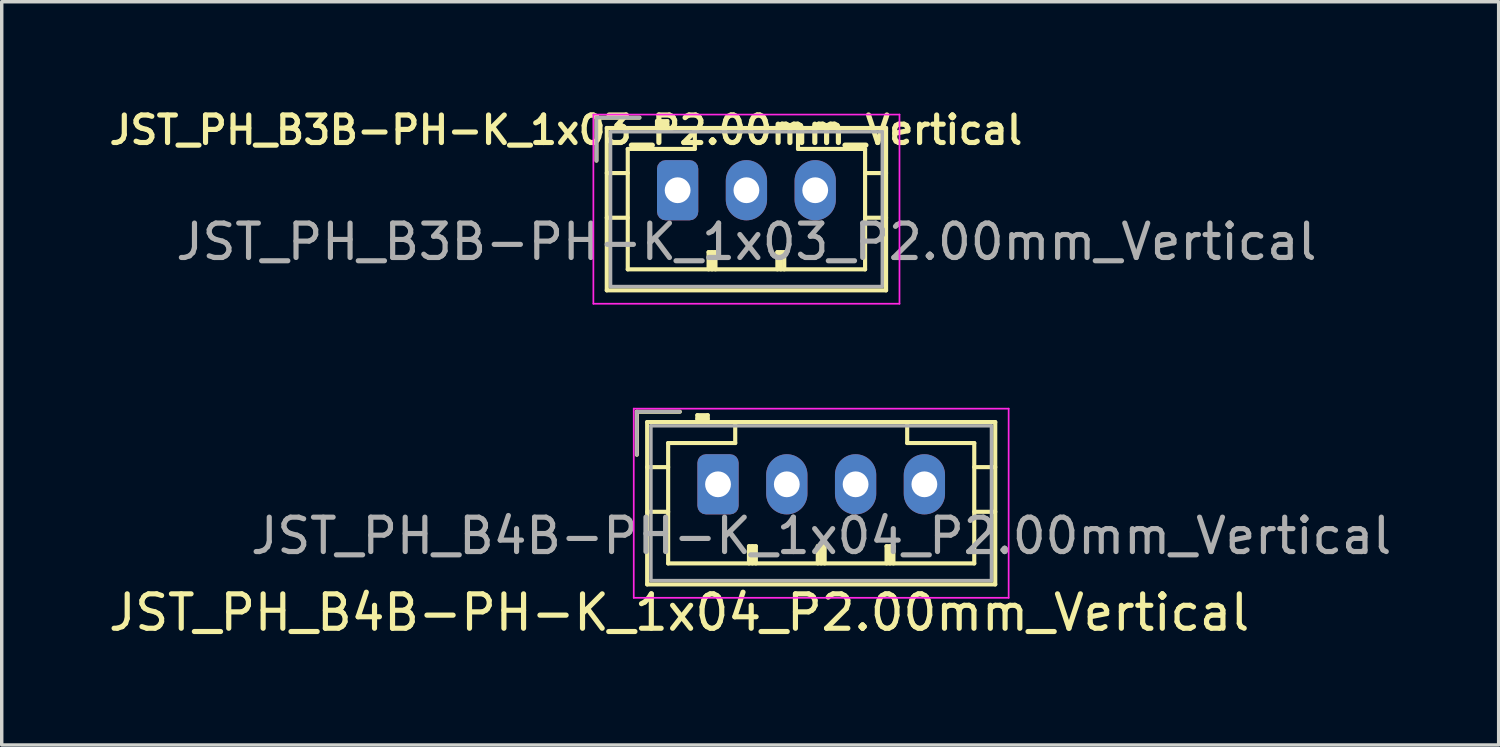
<source format=kicad_pcb>
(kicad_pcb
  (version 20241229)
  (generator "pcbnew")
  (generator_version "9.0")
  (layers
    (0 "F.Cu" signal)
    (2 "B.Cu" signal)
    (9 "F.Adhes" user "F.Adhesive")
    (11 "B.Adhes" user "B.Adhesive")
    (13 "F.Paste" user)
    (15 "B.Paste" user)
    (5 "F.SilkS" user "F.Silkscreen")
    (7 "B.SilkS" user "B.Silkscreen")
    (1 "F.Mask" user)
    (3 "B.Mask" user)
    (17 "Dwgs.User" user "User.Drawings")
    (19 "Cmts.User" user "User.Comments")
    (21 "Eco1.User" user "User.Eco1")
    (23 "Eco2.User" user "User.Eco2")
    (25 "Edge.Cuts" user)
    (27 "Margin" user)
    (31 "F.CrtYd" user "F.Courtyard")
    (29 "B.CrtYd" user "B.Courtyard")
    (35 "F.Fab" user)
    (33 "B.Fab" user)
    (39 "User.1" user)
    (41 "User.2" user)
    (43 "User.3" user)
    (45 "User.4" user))
  (footprint "JST_PH_B4B-PH-K_1x04_P2.00mm_Vertical"
    (layer "F.Cu")
    (at 17.826 11.031)
    (property "Reference" "JST_PH_B4B-PH-K_1x04_P2.00mm_Vertical" (at -1.13 3.73 180) (layer "F.SilkS") (effects (font (size 1 1) (thickness 0.15))))
    (attr through_hole)
    (fp_line (start -2.36 -2.11) (end -2.36 -0.86) (stroke (width 0.12) (type solid)) (layer "F.SilkS"))
    (fp_line (start -2.06 -1.81) (end -2.06 2.91) (stroke (width 0.12) (type solid)) (layer "F.SilkS"))
    (fp_line (start -2.06 -0.5) (end -1.45 -0.5) (stroke (width 0.12) (type solid)) (layer "F.SilkS"))
    (fp_line (start -2.06 0.8) (end -1.45 0.8) (stroke (width 0.12) (type solid)) (layer "F.SilkS"))
    (fp_line (start -2.06 2.91) (end 8.06 2.91) (stroke (width 0.12) (type solid)) (layer "F.SilkS"))
    (fp_line (start -1.45 -1.2) (end -1.45 2.3) (stroke (width 0.12) (type solid)) (layer "F.SilkS"))
    (fp_line (start -1.45 2.3) (end 7.45 2.3) (stroke (width 0.12) (type solid)) (layer "F.SilkS"))
    (fp_line (start -1.11 -2.11) (end -2.36 -2.11) (stroke (width 0.12) (type solid)) (layer "F.SilkS"))
    (fp_line (start -0.6 -2.01) (end -0.6 -1.81) (stroke (width 0.12) (type solid)) (layer "F.SilkS"))
    (fp_line (start -0.3 -2.01) (end -0.6 -2.01) (stroke (width 0.12) (type solid)) (layer "F.SilkS"))
    (fp_line (start -0.3 -1.91) (end -0.6 -1.91) (stroke (width 0.12) (type solid)) (layer "F.SilkS"))
    (fp_line (start -0.3 -1.81) (end -0.3 -2.01) (stroke (width 0.12) (type solid)) (layer "F.SilkS"))
    (fp_line (start 0.5 -1.81) (end 0.5 -1.2) (stroke (width 0.12) (type solid)) (layer "F.SilkS"))
    (fp_line (start 0.5 -1.2) (end -1.45 -1.2) (stroke (width 0.12) (type solid)) (layer "F.SilkS"))
    (fp_line (start 0.9 1.8) (end 1.1 1.8) (stroke (width 0.12) (type solid)) (layer "F.SilkS"))
    (fp_line (start 0.9 2.3) (end 0.9 1.8) (stroke (width 0.12) (type solid)) (layer "F.SilkS"))
    (fp_line (start 1 2.3) (end 1 1.8) (stroke (width 0.12) (type solid)) (layer "F.SilkS"))
    (fp_line (start 1.1 1.8) (end 1.1 2.3) (stroke (width 0.12) (type solid)) (layer "F.SilkS"))
    (fp_line (start 2.9 1.8) (end 3.1 1.8) (stroke (width 0.12) (type solid)) (layer "F.SilkS"))
    (fp_line (start 2.9 2.3) (end 2.9 1.8) (stroke (width 0.12) (type solid)) (layer "F.SilkS"))
    (fp_line (start 3 2.3) (end 3 1.8) (stroke (width 0.12) (type solid)) (layer "F.SilkS"))
    (fp_line (start 3.1 1.8) (end 3.1 2.3) (stroke (width 0.12) (type solid)) (layer "F.SilkS"))
    (fp_line (start 4.9 1.8) (end 5.1 1.8) (stroke (width 0.12) (type solid)) (layer "F.SilkS"))
    (fp_line (start 4.9 2.3) (end 4.9 1.8) (stroke (width 0.12) (type solid)) (layer "F.SilkS"))
    (fp_line (start 5 2.3) (end 5 1.8) (stroke (width 0.12) (type solid)) (layer "F.SilkS"))
    (fp_line (start 5.1 1.8) (end 5.1 2.3) (stroke (width 0.12) (type solid)) (layer "F.SilkS"))
    (fp_line (start 5.5 -1.2) (end 5.5 -1.81) (stroke (width 0.12) (type solid)) (layer "F.SilkS"))
    (fp_line (start 7.45 -1.2) (end 5.5 -1.2) (stroke (width 0.12) (type solid)) (layer "F.SilkS"))
    (fp_line (start 7.45 2.3) (end 7.45 -1.2) (stroke (width 0.12) (type solid)) (layer "F.SilkS"))
    (fp_line (start 8.06 -1.81) (end -2.06 -1.81) (stroke (width 0.12) (type solid)) (layer "F.SilkS"))
    (fp_line (start 8.06 -0.5) (end 7.45 -0.5) (stroke (width 0.12) (type solid)) (layer "F.SilkS"))
    (fp_line (start 8.06 0.8) (end 7.45 0.8) (stroke (width 0.12) (type solid)) (layer "F.SilkS"))
    (fp_line (start 8.06 2.91) (end 8.06 -1.81) (stroke (width 0.12) (type solid)) (layer "F.SilkS"))
    (fp_line (start -2.45 -2.2) (end -2.45 3.3) (stroke (width 0.05) (type solid)) (layer "F.CrtYd"))
    (fp_line (start -2.45 3.3) (end 8.45 3.3) (stroke (width 0.05) (type solid)) (layer "F.CrtYd"))
    (fp_line (start 8.45 -2.2) (end -2.45 -2.2) (stroke (width 0.05) (type solid)) (layer "F.CrtYd"))
    (fp_line (start 8.45 3.3) (end 8.45 -2.2) (stroke (width 0.05) (type solid)) (layer "F.CrtYd"))
    (fp_line (start -2.36 -2.11) (end -2.36 -0.86) (stroke (width 0.1) (type solid)) (layer "F.Fab"))
    (fp_line (start -1.95 -1.7) (end -1.95 2.8) (stroke (width 0.1) (type solid)) (layer "F.Fab"))
    (fp_line (start -1.95 2.8) (end 7.95 2.8) (stroke (width 0.1) (type solid)) (layer "F.Fab"))
    (fp_line (start -1.11 -2.11) (end -2.36 -2.11) (stroke (width 0.1) (type solid)) (layer "F.Fab"))
    (fp_line (start 7.95 -1.7) (end -1.95 -1.7) (stroke (width 0.1) (type solid)) (layer "F.Fab"))
    (fp_line (start 7.95 2.8) (end 7.95 -1.7) (stroke (width 0.1) (type solid)) (layer "F.Fab"))
    (fp_text user "${REFERENCE}" (at 3 1.5 180) (layer "F.Fab") (effects (font (size 1 1) (thickness 0.15))))
    (pad "1" thru_hole roundrect (at 0 0) (size 1.2 1.75) (drill 0.75) (layers "*.Cu" "*.Mask") (roundrect_rratio 0.208))
    (pad "2" thru_hole oval (at 2 0) (size 1.2 1.75) (drill 0.75) (layers "*.Cu" "*.Mask"))
    (pad "3" thru_hole oval (at 4 0) (size 1.2 1.75) (drill 0.75) (layers "*.Cu" "*.Mask"))
    (pad "4" thru_hole oval (at 6 0) (size 1.2 1.75) (drill 0.75) (layers "*.Cu" "*.Mask")))
  (footprint "JST_PH_B3B-PH-K_1x03_P2.00mm_Vertical"
    (layer "F.Cu")
    (at 16.652 2.481)
    (property "Reference" "JST_PH_B3B-PH-K_1x03_P2.00mm_Vertical" (at -3.25 -1.75 180) (layer "F.SilkS") (effects (font (size 0.8 0.8) (thickness 0.15))))
    (attr through_hole)
    (fp_line (start -2.36 -2.11) (end -2.36 -0.86) (stroke (width 0.12) (type solid)) (layer "F.SilkS"))
    (fp_line (start -2.06 -1.81) (end -2.06 2.91) (stroke (width 0.12) (type solid)) (layer "F.SilkS"))
    (fp_line (start -2.06 -0.5) (end -1.45 -0.5) (stroke (width 0.12) (type solid)) (layer "F.SilkS"))
    (fp_line (start -2.06 0.8) (end -1.45 0.8) (stroke (width 0.12) (type solid)) (layer "F.SilkS"))
    (fp_line (start -2.06 2.91) (end 6.06 2.91) (stroke (width 0.12) (type solid)) (layer "F.SilkS"))
    (fp_line (start -1.45 -1.2) (end -1.45 2.3) (stroke (width 0.12) (type solid)) (layer "F.SilkS"))
    (fp_line (start -1.45 2.3) (end 5.45 2.3) (stroke (width 0.12) (type solid)) (layer "F.SilkS"))
    (fp_line (start -1.11 -2.11) (end -2.36 -2.11) (stroke (width 0.12) (type solid)) (layer "F.SilkS"))
    (fp_line (start -0.6 -2.01) (end -0.6 -1.81) (stroke (width 0.12) (type solid)) (layer "F.SilkS"))
    (fp_line (start -0.3 -2.01) (end -0.6 -2.01) (stroke (width 0.12) (type solid)) (layer "F.SilkS"))
    (fp_line (start -0.3 -1.91) (end -0.6 -1.91) (stroke (width 0.12) (type solid)) (layer "F.SilkS"))
    (fp_line (start -0.3 -1.81) (end -0.3 -2.01) (stroke (width 0.12) (type solid)) (layer "F.SilkS"))
    (fp_line (start 0.5 -1.81) (end 0.5 -1.2) (stroke (width 0.12) (type solid)) (layer "F.SilkS"))
    (fp_line (start 0.5 -1.2) (end -1.45 -1.2) (stroke (width 0.12) (type solid)) (layer "F.SilkS"))
    (fp_line (start 0.9 1.8) (end 1.1 1.8) (stroke (width 0.12) (type solid)) (layer "F.SilkS"))
    (fp_line (start 0.9 2.3) (end 0.9 1.8) (stroke (width 0.12) (type solid)) (layer "F.SilkS"))
    (fp_line (start 1 2.3) (end 1 1.8) (stroke (width 0.12) (type solid)) (layer "F.SilkS"))
    (fp_line (start 1.1 1.8) (end 1.1 2.3) (stroke (width 0.12) (type solid)) (layer "F.SilkS"))
    (fp_line (start 2.9 1.8) (end 3.1 1.8) (stroke (width 0.12) (type solid)) (layer "F.SilkS"))
    (fp_line (start 2.9 2.3) (end 2.9 1.8) (stroke (width 0.12) (type solid)) (layer "F.SilkS"))
    (fp_line (start 3 2.3) (end 3 1.8) (stroke (width 0.12) (type solid)) (layer "F.SilkS"))
    (fp_line (start 3.1 1.8) (end 3.1 2.3) (stroke (width 0.12) (type solid)) (layer "F.SilkS"))
    (fp_line (start 3.5 -1.2) (end 3.5 -1.81) (stroke (width 0.12) (type solid)) (layer "F.SilkS"))
    (fp_line (start 5.45 -1.2) (end 3.5 -1.2) (stroke (width 0.12) (type solid)) (layer "F.SilkS"))
    (fp_line (start 5.45 2.3) (end 5.45 -1.2) (stroke (width 0.12) (type solid)) (layer "F.SilkS"))
    (fp_line (start 6.06 -1.81) (end -2.06 -1.81) (stroke (width 0.12) (type solid)) (layer "F.SilkS"))
    (fp_line (start 6.06 -0.5) (end 5.45 -0.5) (stroke (width 0.12) (type solid)) (layer "F.SilkS"))
    (fp_line (start 6.06 0.8) (end 5.45 0.8) (stroke (width 0.12) (type solid)) (layer "F.SilkS"))
    (fp_line (start 6.06 2.91) (end 6.06 -1.81) (stroke (width 0.12) (type solid)) (layer "F.SilkS"))
    (fp_line (start -2.45 -2.2) (end -2.45 3.3) (stroke (width 0.05) (type solid)) (layer "F.CrtYd"))
    (fp_line (start -2.45 3.3) (end 6.45 3.3) (stroke (width 0.05) (type solid)) (layer "F.CrtYd"))
    (fp_line (start 6.45 -2.2) (end -2.45 -2.2) (stroke (width 0.05) (type solid)) (layer "F.CrtYd"))
    (fp_line (start 6.45 3.3) (end 6.45 -2.2) (stroke (width 0.05) (type solid)) (layer "F.CrtYd"))
    (fp_line (start -2.36 -2.11) (end -2.36 -0.86) (stroke (width 0.1) (type solid)) (layer "F.Fab"))
    (fp_line (start -1.95 -1.7) (end -1.95 2.8) (stroke (width 0.1) (type solid)) (layer "F.Fab"))
    (fp_line (start -1.95 2.8) (end 5.95 2.8) (stroke (width 0.1) (type solid)) (layer "F.Fab"))
    (fp_line (start -1.11 -2.11) (end -2.36 -2.11) (stroke (width 0.1) (type solid)) (layer "F.Fab"))
    (fp_line (start 5.95 -1.7) (end -1.95 -1.7) (stroke (width 0.1) (type solid)) (layer "F.Fab"))
    (fp_line (start 5.95 2.8) (end 5.95 -1.7) (stroke (width 0.1) (type solid)) (layer "F.Fab"))
    (fp_text user "${REFERENCE}" (at 2 1.5 180) (layer "F.Fab") (effects (font (size 1 1) (thickness 0.15))))
    (pad "1" thru_hole roundrect (at 0 0) (size 1.2 1.75) (drill 0.75) (layers "*.Cu" "*.Mask") (roundrect_rratio 0.208))
    (pad "2" thru_hole oval (at 2 0) (size 1.2 1.75) (drill 0.75) (layers "*.Cu" "*.Mask"))
    (pad "3" thru_hole oval (at 4 0) (size 1.2 1.75) (drill 0.75) (layers "*.Cu" "*.Mask")))
  (gr_rect
    (start -3 -3)
    (end 40.523 18.61)
    (stroke (width 0.1) (type default))
    (fill no)
    (layer "Edge.Cuts")))
</source>
